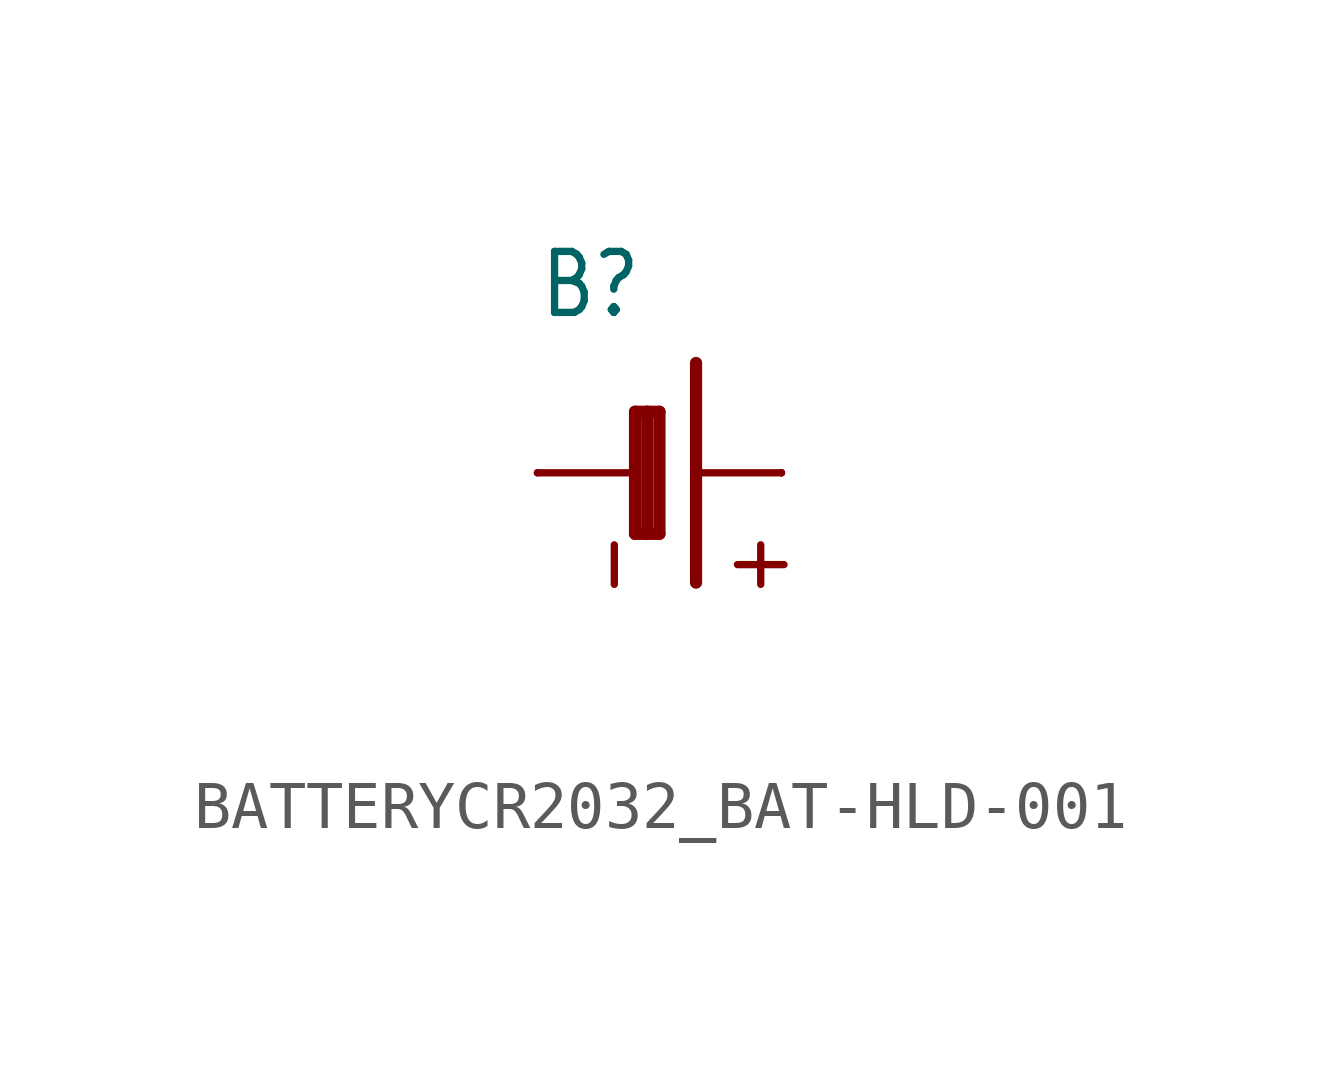
<source format=kicad_sym>
(kicad_symbol_lib
  (version 20231120)
  (generator "kicad_symbol_editor")
  (generator_version "8.0")
  (symbol "BATTERYCR2032_BAT-HLD-001"
    (property "Reference" "B"
      (at -2.54 3.175 0)
      (effects (font (size 1.27 1.079)) (justify left bottom)))
    (property "Value" ""
      (at -2.54 -5.08 0)
      (effects (font (size 1.27 1.079)) (justify left bottom)))
    (property "ki_locked" ""
      (at 0 0 0)
      (effects (font (size 1.27 1.27))))
    (symbol "BATTERYCR2032_BAT-HLD-001_1_0"
      (polyline (pts (xy -2.54 0) (xy -0.635 0)) (stroke (width 0.152) (type solid)) (fill (type none)))
      (polyline (pts (xy -0.508 -1.27) (xy -0.508 1.27)) (stroke (width 0.254) (type solid)) (fill (type none)))
      (polyline (pts (xy -0.508 1.27) (xy -0.254 1.27)) (stroke (width 0.254) (type solid)) (fill (type none)))
      (polyline (pts (xy -0.254 -1.27) (xy -0.508 -1.27)) (stroke (width 0.254) (type solid)) (fill (type none)))
      (polyline (pts (xy -0.254 1.27) (xy -0.254 -1.27)) (stroke (width 0.254) (type solid)) (fill (type none)))
      (polyline (pts (xy -0.254 1.27) (xy 0 1.27)) (stroke (width 0.254) (type solid)) (fill (type none)))
      (polyline (pts (xy 0 -1.27) (xy -0.254 -1.27)) (stroke (width 0.254) (type solid)) (fill (type none)))
      (polyline (pts (xy 0 1.27) (xy 0 -1.27)) (stroke (width 0.254) (type solid)) (fill (type none)))
      (polyline (pts (xy 0.762 2.286) (xy 0.762 -2.286)) (stroke (width 0.254) (type solid)) (fill (type none)))
      (polyline (pts (xy 0.889 0) (xy 2.54 0)) (stroke (width 0.152) (type solid)) (fill (type none)))
      (text "+" (at 1.27 -1.143 900) (effects (font (size 1.27 1.079)) (justify right top)))
      (text "-" (at -1.778 -1.143 900) (effects (font (size 1.27 1.079)) (justify right top)))
      (pin passive line (at 2.54 0 180) (length 0) (name "+" (effects (font (size 0 0)))) (number "+$1" (effects (font (size 0 0)))))
      (pin passive line (at 2.54 0 180) (length 0) (name "+" (effects (font (size 0 0)))) (number "+$2" (effects (font (size 0 0)))))
      (pin passive line (at -2.54 0 0) (length 0) (name "-" (effects (font (size 0 0)))) (number "-" (effects (font (size 0 0))))))))
</source>
